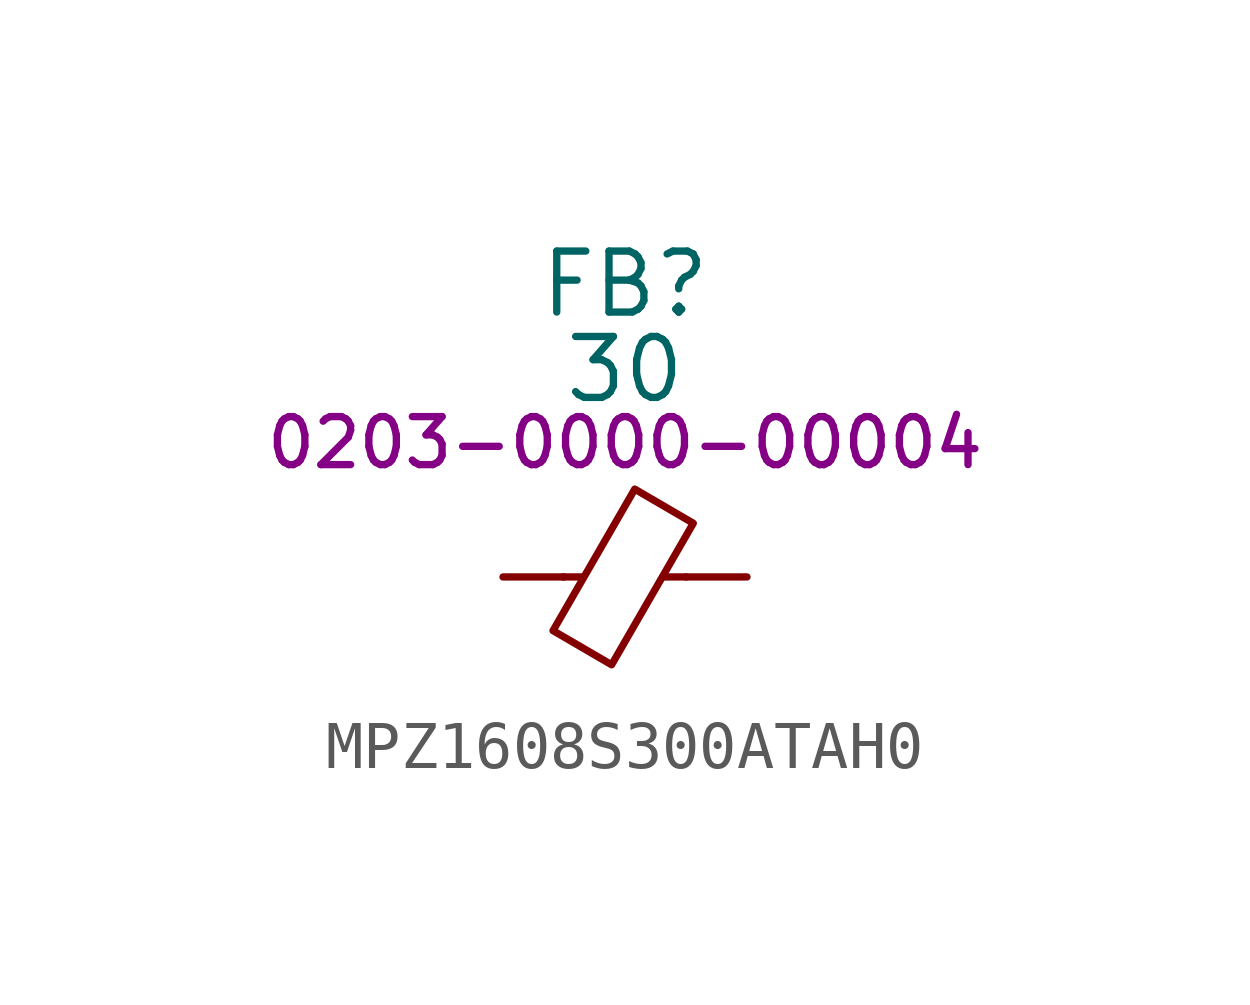
<source format=kicad_sym>
(kicad_symbol_lib
  (version 20231120)
  (generator "kicad_symbol_editor")
  (generator_version "8.0")
  (symbol "MPZ1608S300ATAH0"
    (pin_numbers hide)
    (pin_names hide)
    (property "Reference" "FB"
      (at 0 6.096 0)
      (effects (font (size 1.27 1.27))))
    (property "Value" "30"
      (at 0 4.318 0)
      (effects (font (size 1.27 1.27))))
    (property "PartNumber" "0203-0000-00004"
      (at 0 2.794 0)
      (effects (font (size 1 1))))
    (symbol "MPZ1608S300ATAH0_0_1"
      (polyline (pts (xy -0.889 0) (xy -1.295 0)) (stroke (width 0) (type default)) (fill (type none)))
      (polyline (pts (xy 1.27 0) (xy 0.787 0)) (stroke (width 0) (type default)) (fill (type none)))
      (polyline (pts (xy -0.279 -1.829) (xy -1.499 -1.118) (xy 0.203 1.829) (xy 1.422 1.118) (xy -0.279 -1.829)) (stroke (width 0) (type default)) (fill (type none))))
    (symbol "MPZ1608S300ATAH0_1_1"
      (pin passive line (at -2.54 0 0) (length 1.27) (name "~" (effects (font (size 1.27 1.27)))) (number "1" (effects (font (size 1.27 1.27)))))
      (pin passive line (at 2.54 0 180) (length 1.27) (name "~" (effects (font (size 1.27 1.27)))) (number "2" (effects (font (size 1.27 1.27))))))))
</source>
